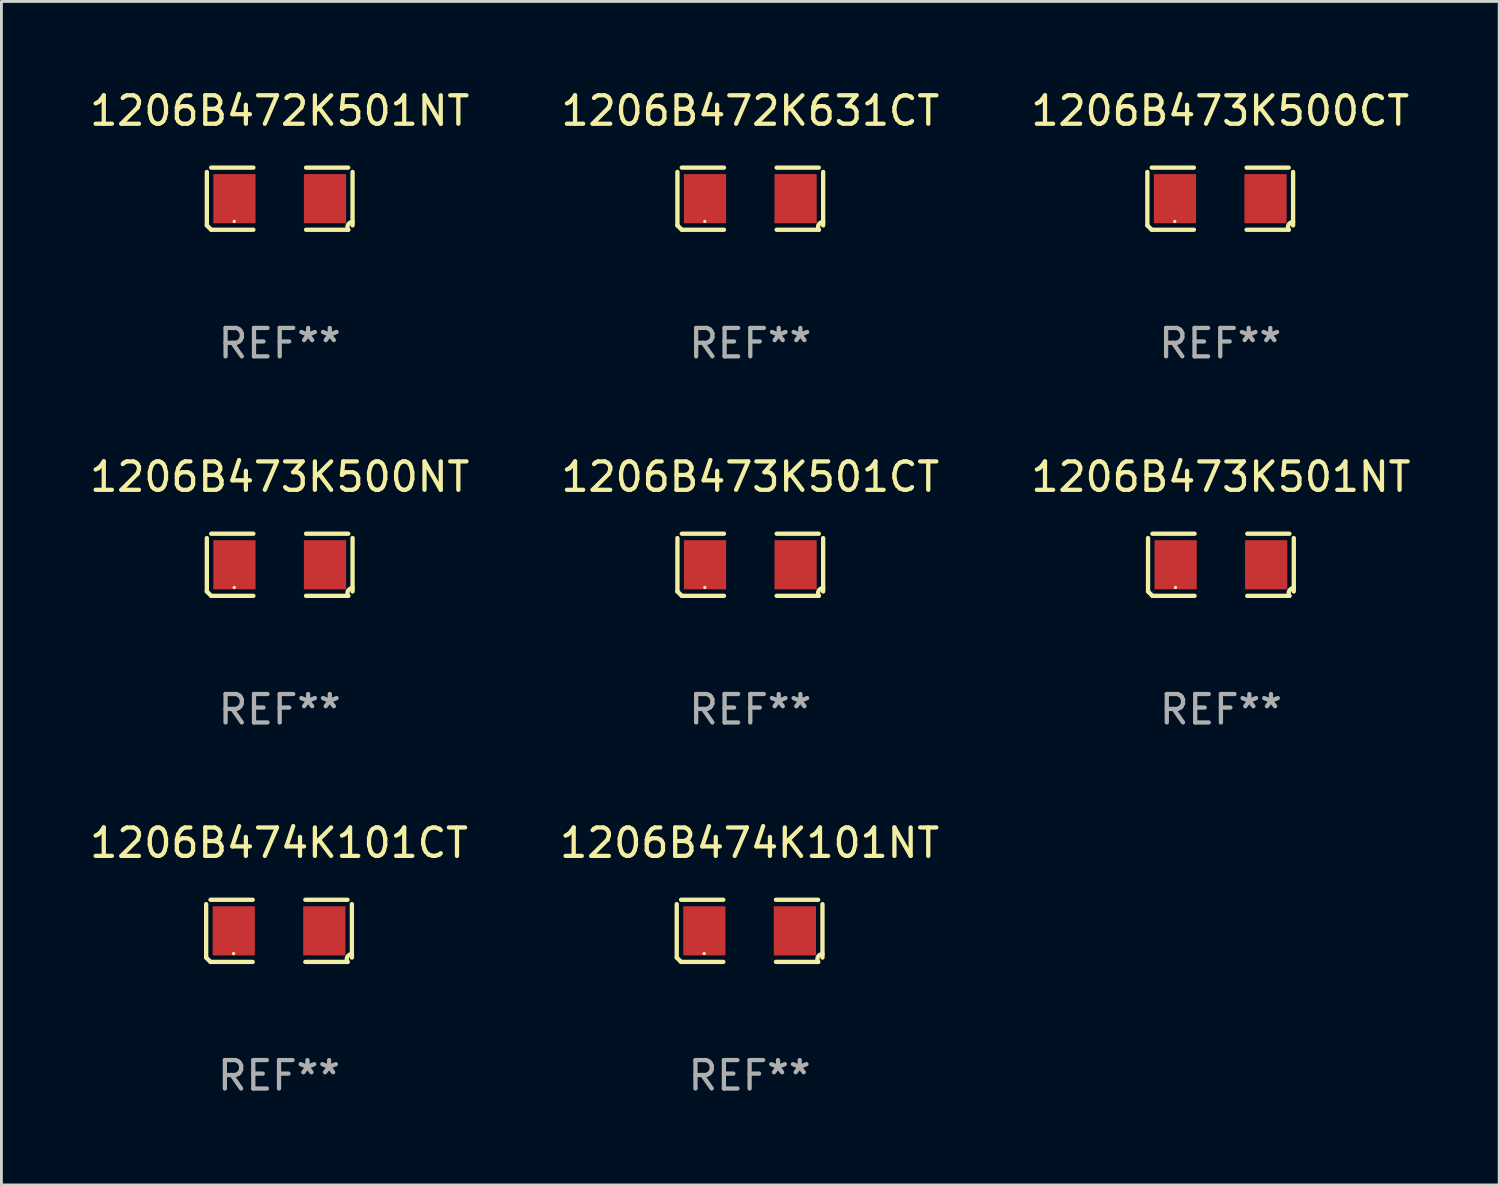
<source format=kicad_pcb>
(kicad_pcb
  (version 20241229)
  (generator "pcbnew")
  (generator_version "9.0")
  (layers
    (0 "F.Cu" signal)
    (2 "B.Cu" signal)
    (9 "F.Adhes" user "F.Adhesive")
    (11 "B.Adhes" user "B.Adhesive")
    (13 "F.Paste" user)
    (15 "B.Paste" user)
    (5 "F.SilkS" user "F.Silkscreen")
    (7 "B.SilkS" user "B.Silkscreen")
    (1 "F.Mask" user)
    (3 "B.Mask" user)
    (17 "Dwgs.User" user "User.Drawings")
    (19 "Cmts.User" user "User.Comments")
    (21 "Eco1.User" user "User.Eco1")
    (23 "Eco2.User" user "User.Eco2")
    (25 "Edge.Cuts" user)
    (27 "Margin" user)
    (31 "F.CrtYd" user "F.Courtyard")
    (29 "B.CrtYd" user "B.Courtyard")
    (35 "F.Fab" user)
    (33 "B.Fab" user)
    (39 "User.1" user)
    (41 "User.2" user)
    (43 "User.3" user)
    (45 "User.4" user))
  (footprint "1206B473K500CT"
    (layer "F.Cu")
    (at 39.887 3.941)
    (property "Reference" "1206B473K500CT" (at 0 -3.093 0) (layer "F.SilkS") (effects (font (size 1 1) (thickness 0.15))))
    (attr through_hole)
    (fp_line (start -2.564 0.94) (end -2.564 -0.94) (stroke (width 0.152) (type solid)) (layer "F.SilkS"))
    (fp_line (start -2.411 -1.093) (end -0.926 -1.093) (stroke (width 0.152) (type solid)) (layer "F.SilkS"))
    (fp_line (start -0.926 1.093) (end -2.411 1.093) (stroke (width 0.152) (type solid)) (layer "F.SilkS"))
    (fp_line (start 0.926 1.093) (end 2.411 1.093) (stroke (width 0.152) (type solid)) (layer "F.SilkS"))
    (fp_line (start 2.411 -1.093) (end 0.926 -1.093) (stroke (width 0.152) (type solid)) (layer "F.SilkS"))
    (fp_line (start 2.564 0.94) (end 2.564 -0.94) (stroke (width 0.152) (type solid)) (layer "F.SilkS"))
    (fp_arc (start -2.411201 1.092609) (mid -2.487413 1.01642) (end -2.563602 0.940208) (stroke (width 0.1524) (type solid)) (layer "F.SilkS"))
    (fp_arc (start 2.411201 1.092609) (mid 2.407159 0.911226) (end 2.563602 0.819347) (stroke (width 0.1524) (type solid)) (layer "F.SilkS"))
    (fp_circle (center -1.6 0.8) (end -1.57 0.8) (stroke (width 0.06) (type solid)) (fill no) (layer "F.SilkS"))
    (fp_text user "REF**" (at 0 5.093 0) (layer "F.Fab") (effects (font (size 1 1) (thickness 0.15))))
    (pad "1" smd rect (at -1.593 0) (size 1.485 1.728) (layers "F.Cu" "F.Mask" "F.Paste"))
    (pad "2" smd rect (at 1.593 0) (size 1.485 1.728) (layers "F.Cu" "F.Mask" "F.Paste")))
  (footprint "1206B473K501CT"
    (layer "F.Cu")
    (at 23.351 16.823)
    (property "Reference" "1206B473K501CT" (at 0 -3.093 0) (layer "F.SilkS") (effects (font (size 1 1) (thickness 0.15))))
    (attr through_hole)
    (fp_line (start -2.564 0.94) (end -2.564 -0.94) (stroke (width 0.152) (type solid)) (layer "F.SilkS"))
    (fp_line (start -2.411 -1.093) (end -0.926 -1.093) (stroke (width 0.152) (type solid)) (layer "F.SilkS"))
    (fp_line (start -0.926 1.093) (end -2.411 1.093) (stroke (width 0.152) (type solid)) (layer "F.SilkS"))
    (fp_line (start 0.926 1.093) (end 2.411 1.093) (stroke (width 0.152) (type solid)) (layer "F.SilkS"))
    (fp_line (start 2.411 -1.093) (end 0.926 -1.093) (stroke (width 0.152) (type solid)) (layer "F.SilkS"))
    (fp_line (start 2.564 0.94) (end 2.564 -0.94) (stroke (width 0.152) (type solid)) (layer "F.SilkS"))
    (fp_arc (start -2.411201 1.092609) (mid -2.487413 1.01642) (end -2.563602 0.940208) (stroke (width 0.1524) (type solid)) (layer "F.SilkS"))
    (fp_arc (start 2.411201 1.092609) (mid 2.407159 0.911226) (end 2.563602 0.819347) (stroke (width 0.1524) (type solid)) (layer "F.SilkS"))
    (fp_circle (center -1.6 0.8) (end -1.57 0.8) (stroke (width 0.06) (type solid)) (fill no) (layer "F.SilkS"))
    (fp_text user "REF**" (at 0 5.093 0) (layer "F.Fab") (effects (font (size 1 1) (thickness 0.15))))
    (pad "1" smd rect (at -1.593 0) (size 1.485 1.728) (layers "F.Cu" "F.Mask" "F.Paste"))
    (pad "2" smd rect (at 1.593 0) (size 1.485 1.728) (layers "F.Cu" "F.Mask" "F.Paste")))
  (footprint "1206B473K501NT"
    (layer "F.Cu")
    (at 39.911 16.823)
    (property "Reference" "1206B473K501NT" (at 0 -3.093 0) (layer "F.SilkS") (effects (font (size 1 1) (thickness 0.15))))
    (attr through_hole)
    (fp_line (start -2.564 0.94) (end -2.564 -0.94) (stroke (width 0.152) (type solid)) (layer "F.SilkS"))
    (fp_line (start -2.411 -1.093) (end -0.926 -1.093) (stroke (width 0.152) (type solid)) (layer "F.SilkS"))
    (fp_line (start -0.926 1.093) (end -2.411 1.093) (stroke (width 0.152) (type solid)) (layer "F.SilkS"))
    (fp_line (start 0.926 1.093) (end 2.411 1.093) (stroke (width 0.152) (type solid)) (layer "F.SilkS"))
    (fp_line (start 2.411 -1.093) (end 0.926 -1.093) (stroke (width 0.152) (type solid)) (layer "F.SilkS"))
    (fp_line (start 2.564 0.94) (end 2.564 -0.94) (stroke (width 0.152) (type solid)) (layer "F.SilkS"))
    (fp_arc (start -2.411201 1.092609) (mid -2.487413 1.01642) (end -2.563602 0.940208) (stroke (width 0.1524) (type solid)) (layer "F.SilkS"))
    (fp_arc (start 2.411201 1.092609) (mid 2.407159 0.911226) (end 2.563602 0.819347) (stroke (width 0.1524) (type solid)) (layer "F.SilkS"))
    (fp_circle (center -1.6 0.8) (end -1.57 0.8) (stroke (width 0.06) (type solid)) (fill no) (layer "F.SilkS"))
    (fp_text user "REF**" (at 0 5.093 0) (layer "F.Fab") (effects (font (size 1 1) (thickness 0.15))))
    (pad "1" smd rect (at -1.593 0) (size 1.485 1.728) (layers "F.Cu" "F.Mask" "F.Paste"))
    (pad "2" smd rect (at 1.593 0) (size 1.485 1.728) (layers "F.Cu" "F.Mask" "F.Paste")))
  (footprint "1206B474K101NT"
    (layer "F.Cu")
    (at 23.327 29.704)
    (property "Reference" "1206B474K101NT" (at 0 -3.093 0) (layer "F.SilkS") (effects (font (size 1 1) (thickness 0.15))))
    (attr through_hole)
    (fp_line (start -2.564 0.94) (end -2.564 -0.94) (stroke (width 0.152) (type solid)) (layer "F.SilkS"))
    (fp_line (start -2.411 -1.093) (end -0.926 -1.093) (stroke (width 0.152) (type solid)) (layer "F.SilkS"))
    (fp_line (start -0.926 1.093) (end -2.411 1.093) (stroke (width 0.152) (type solid)) (layer "F.SilkS"))
    (fp_line (start 0.926 1.093) (end 2.411 1.093) (stroke (width 0.152) (type solid)) (layer "F.SilkS"))
    (fp_line (start 2.411 -1.093) (end 0.926 -1.093) (stroke (width 0.152) (type solid)) (layer "F.SilkS"))
    (fp_line (start 2.564 0.94) (end 2.564 -0.94) (stroke (width 0.152) (type solid)) (layer "F.SilkS"))
    (fp_arc (start -2.411201 1.092609) (mid -2.487413 1.01642) (end -2.563602 0.940208) (stroke (width 0.1524) (type solid)) (layer "F.SilkS"))
    (fp_arc (start 2.411201 1.092609) (mid 2.407159 0.911226) (end 2.563602 0.819347) (stroke (width 0.1524) (type solid)) (layer "F.SilkS"))
    (fp_circle (center -1.6 0.8) (end -1.57 0.8) (stroke (width 0.06) (type solid)) (fill no) (layer "F.SilkS"))
    (fp_text user "REF**" (at 0 5.093 0) (layer "F.Fab") (effects (font (size 1 1) (thickness 0.15))))
    (pad "1" smd rect (at -1.593 0) (size 1.485 1.728) (layers "F.Cu" "F.Mask" "F.Paste"))
    (pad "2" smd rect (at 1.593 0) (size 1.485 1.728) (layers "F.Cu" "F.Mask" "F.Paste")))
  (footprint "1206B473K500NT"
    (layer "F.Cu")
    (at 6.792 16.823)
    (property "Reference" "1206B473K500NT" (at 0 -3.093 0) (layer "F.SilkS") (effects (font (size 1 1) (thickness 0.15))))
    (attr through_hole)
    (fp_line (start -2.564 0.94) (end -2.564 -0.94) (stroke (width 0.152) (type solid)) (layer "F.SilkS"))
    (fp_line (start -2.411 -1.093) (end -0.926 -1.093) (stroke (width 0.152) (type solid)) (layer "F.SilkS"))
    (fp_line (start -0.926 1.093) (end -2.411 1.093) (stroke (width 0.152) (type solid)) (layer "F.SilkS"))
    (fp_line (start 0.926 1.093) (end 2.411 1.093) (stroke (width 0.152) (type solid)) (layer "F.SilkS"))
    (fp_line (start 2.411 -1.093) (end 0.926 -1.093) (stroke (width 0.152) (type solid)) (layer "F.SilkS"))
    (fp_line (start 2.564 0.94) (end 2.564 -0.94) (stroke (width 0.152) (type solid)) (layer "F.SilkS"))
    (fp_arc (start -2.411201 1.092609) (mid -2.487413 1.01642) (end -2.563602 0.940208) (stroke (width 0.1524) (type solid)) (layer "F.SilkS"))
    (fp_arc (start 2.411201 1.092609) (mid 2.407159 0.911226) (end 2.563602 0.819347) (stroke (width 0.1524) (type solid)) (layer "F.SilkS"))
    (fp_circle (center -1.6 0.8) (end -1.57 0.8) (stroke (width 0.06) (type solid)) (fill no) (layer "F.SilkS"))
    (fp_text user "REF**" (at 0 5.093 0) (layer "F.Fab") (effects (font (size 1 1) (thickness 0.15))))
    (pad "1" smd rect (at -1.593 0) (size 1.485 1.728) (layers "F.Cu" "F.Mask" "F.Paste"))
    (pad "2" smd rect (at 1.593 0) (size 1.485 1.728) (layers "F.Cu" "F.Mask" "F.Paste")))
  (footprint "1206B472K501NT"
    (layer "F.Cu")
    (at 6.792 3.941)
    (property "Reference" "1206B472K501NT" (at 0 -3.093 0) (layer "F.SilkS") (effects (font (size 1 1) (thickness 0.15))))
    (attr through_hole)
    (fp_line (start -2.564 0.94) (end -2.564 -0.94) (stroke (width 0.152) (type solid)) (layer "F.SilkS"))
    (fp_line (start -2.411 -1.093) (end -0.926 -1.093) (stroke (width 0.152) (type solid)) (layer "F.SilkS"))
    (fp_line (start -0.926 1.093) (end -2.411 1.093) (stroke (width 0.152) (type solid)) (layer "F.SilkS"))
    (fp_line (start 0.926 1.093) (end 2.411 1.093) (stroke (width 0.152) (type solid)) (layer "F.SilkS"))
    (fp_line (start 2.411 -1.093) (end 0.926 -1.093) (stroke (width 0.152) (type solid)) (layer "F.SilkS"))
    (fp_line (start 2.564 0.94) (end 2.564 -0.94) (stroke (width 0.152) (type solid)) (layer "F.SilkS"))
    (fp_arc (start -2.411201 1.092609) (mid -2.487413 1.01642) (end -2.563602 0.940208) (stroke (width 0.1524) (type solid)) (layer "F.SilkS"))
    (fp_arc (start 2.411201 1.092609) (mid 2.407159 0.911226) (end 2.563602 0.819347) (stroke (width 0.1524) (type solid)) (layer "F.SilkS"))
    (fp_circle (center -1.6 0.8) (end -1.57 0.8) (stroke (width 0.06) (type solid)) (fill no) (layer "F.SilkS"))
    (fp_text user "REF**" (at 0 5.093 0) (layer "F.Fab") (effects (font (size 1 1) (thickness 0.15))))
    (pad "1" smd rect (at -1.593 0) (size 1.485 1.728) (layers "F.Cu" "F.Mask" "F.Paste"))
    (pad "2" smd rect (at 1.593 0) (size 1.485 1.728) (layers "F.Cu" "F.Mask" "F.Paste")))
  (footprint "1206B472K631CT"
    (layer "F.Cu")
    (at 23.351 3.941)
    (property "Reference" "1206B472K631CT" (at 0 -3.093 0) (layer "F.SilkS") (effects (font (size 1 1) (thickness 0.15))))
    (attr through_hole)
    (fp_line (start -2.564 0.94) (end -2.564 -0.94) (stroke (width 0.152) (type solid)) (layer "F.SilkS"))
    (fp_line (start -2.411 -1.093) (end -0.926 -1.093) (stroke (width 0.152) (type solid)) (layer "F.SilkS"))
    (fp_line (start -0.926 1.093) (end -2.411 1.093) (stroke (width 0.152) (type solid)) (layer "F.SilkS"))
    (fp_line (start 0.926 1.093) (end 2.411 1.093) (stroke (width 0.152) (type solid)) (layer "F.SilkS"))
    (fp_line (start 2.411 -1.093) (end 0.926 -1.093) (stroke (width 0.152) (type solid)) (layer "F.SilkS"))
    (fp_line (start 2.564 0.94) (end 2.564 -0.94) (stroke (width 0.152) (type solid)) (layer "F.SilkS"))
    (fp_arc (start -2.411201 1.092609) (mid -2.487413 1.01642) (end -2.563602 0.940208) (stroke (width 0.1524) (type solid)) (layer "F.SilkS"))
    (fp_arc (start 2.411201 1.092609) (mid 2.407159 0.911226) (end 2.563602 0.819347) (stroke (width 0.1524) (type solid)) (layer "F.SilkS"))
    (fp_circle (center -1.6 0.8) (end -1.57 0.8) (stroke (width 0.06) (type solid)) (fill no) (layer "F.SilkS"))
    (fp_text user "REF**" (at 0 5.093 0) (layer "F.Fab") (effects (font (size 1 1) (thickness 0.15))))
    (pad "1" smd rect (at -1.593 0) (size 1.485 1.728) (layers "F.Cu" "F.Mask" "F.Paste"))
    (pad "2" smd rect (at 1.593 0) (size 1.485 1.728) (layers "F.Cu" "F.Mask" "F.Paste")))
  (footprint "1206B474K101CT"
    (layer "F.Cu")
    (at 6.768 29.704)
    (property "Reference" "1206B474K101CT" (at 0 -3.093 0) (layer "F.SilkS") (effects (font (size 1 1) (thickness 0.15))))
    (attr through_hole)
    (fp_line (start -2.564 0.94) (end -2.564 -0.94) (stroke (width 0.152) (type solid)) (layer "F.SilkS"))
    (fp_line (start -2.411 -1.093) (end -0.926 -1.093) (stroke (width 0.152) (type solid)) (layer "F.SilkS"))
    (fp_line (start -0.926 1.093) (end -2.411 1.093) (stroke (width 0.152) (type solid)) (layer "F.SilkS"))
    (fp_line (start 0.926 1.093) (end 2.411 1.093) (stroke (width 0.152) (type solid)) (layer "F.SilkS"))
    (fp_line (start 2.411 -1.093) (end 0.926 -1.093) (stroke (width 0.152) (type solid)) (layer "F.SilkS"))
    (fp_line (start 2.564 0.94) (end 2.564 -0.94) (stroke (width 0.152) (type solid)) (layer "F.SilkS"))
    (fp_arc (start -2.411201 1.092609) (mid -2.487413 1.01642) (end -2.563602 0.940208) (stroke (width 0.1524) (type solid)) (layer "F.SilkS"))
    (fp_arc (start 2.411201 1.092609) (mid 2.407159 0.911226) (end 2.563602 0.819347) (stroke (width 0.1524) (type solid)) (layer "F.SilkS"))
    (fp_circle (center -1.6 0.8) (end -1.57 0.8) (stroke (width 0.06) (type solid)) (fill no) (layer "F.SilkS"))
    (fp_text user "REF**" (at 0 5.093 0) (layer "F.Fab") (effects (font (size 1 1) (thickness 0.15))))
    (pad "1" smd rect (at -1.593 0) (size 1.485 1.728) (layers "F.Cu" "F.Mask" "F.Paste"))
    (pad "2" smd rect (at 1.593 0) (size 1.485 1.728) (layers "F.Cu" "F.Mask" "F.Paste")))
  (gr_rect
    (start -3 -3)
    (end 49.702 38.645)
    (stroke (width 0.1) (type default))
    (fill no)
    (layer "Edge.Cuts")))
</source>
